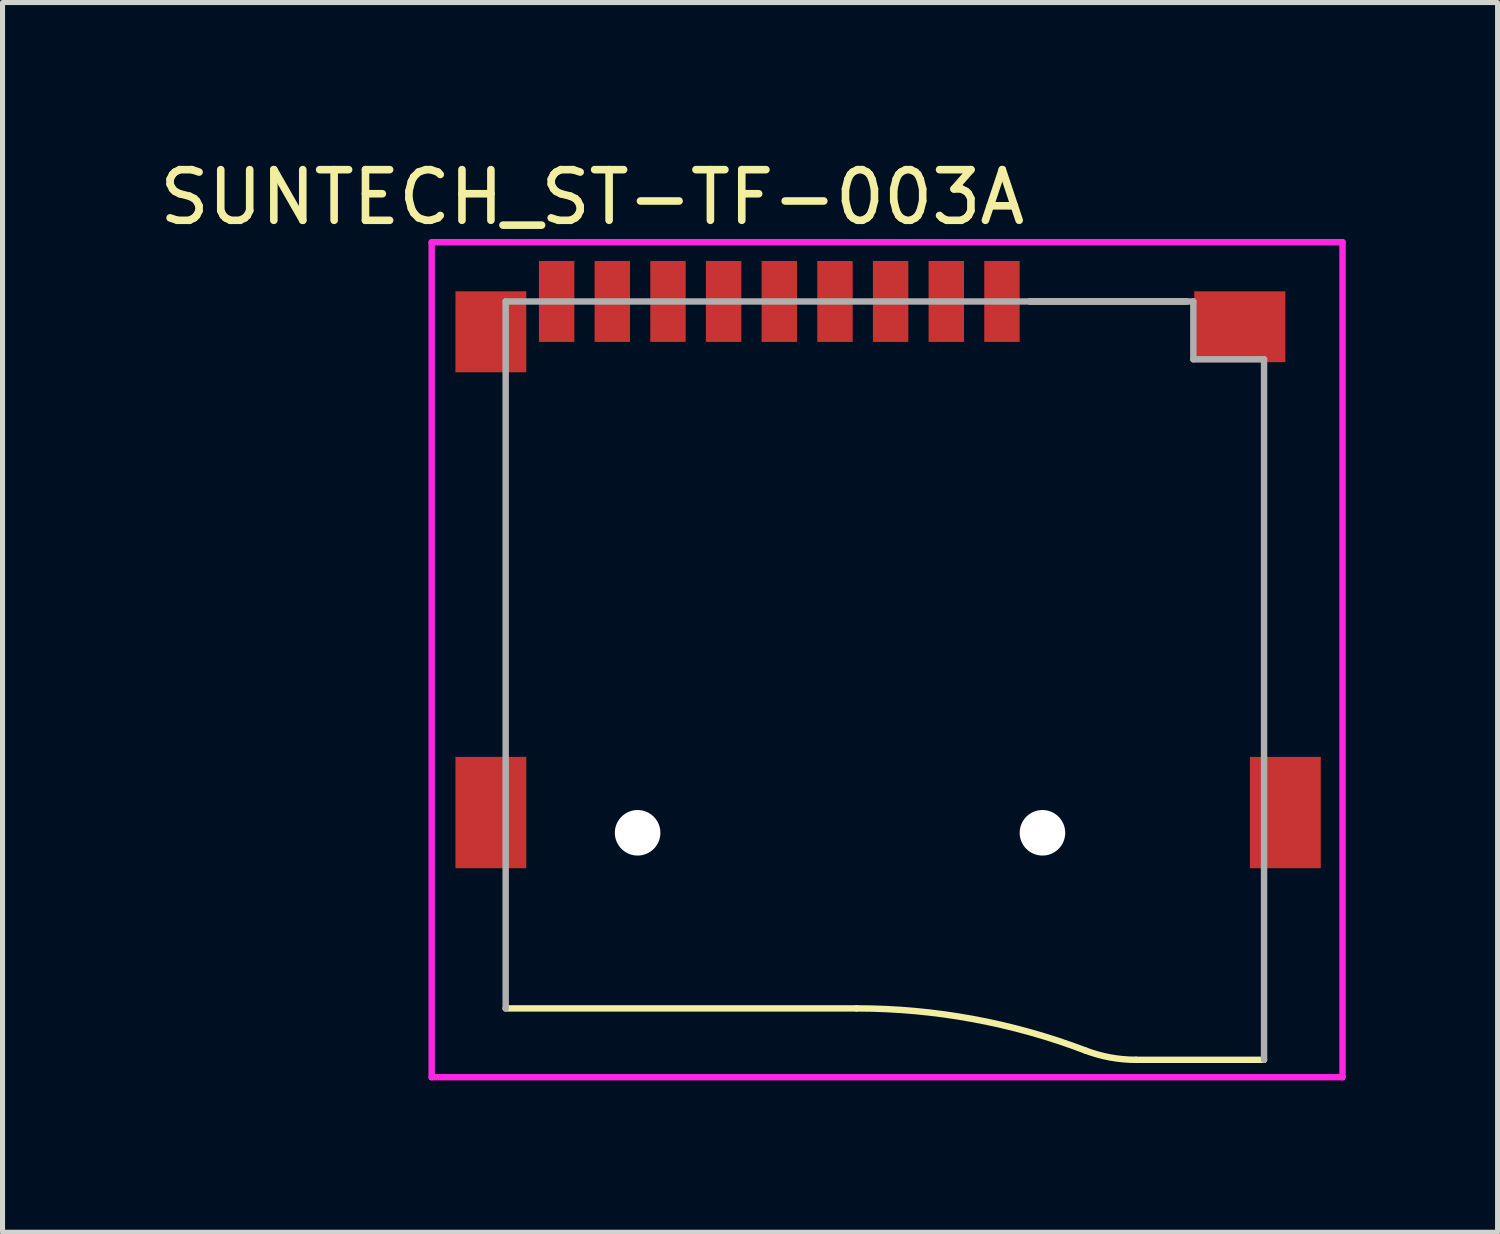
<source format=kicad_pcb>
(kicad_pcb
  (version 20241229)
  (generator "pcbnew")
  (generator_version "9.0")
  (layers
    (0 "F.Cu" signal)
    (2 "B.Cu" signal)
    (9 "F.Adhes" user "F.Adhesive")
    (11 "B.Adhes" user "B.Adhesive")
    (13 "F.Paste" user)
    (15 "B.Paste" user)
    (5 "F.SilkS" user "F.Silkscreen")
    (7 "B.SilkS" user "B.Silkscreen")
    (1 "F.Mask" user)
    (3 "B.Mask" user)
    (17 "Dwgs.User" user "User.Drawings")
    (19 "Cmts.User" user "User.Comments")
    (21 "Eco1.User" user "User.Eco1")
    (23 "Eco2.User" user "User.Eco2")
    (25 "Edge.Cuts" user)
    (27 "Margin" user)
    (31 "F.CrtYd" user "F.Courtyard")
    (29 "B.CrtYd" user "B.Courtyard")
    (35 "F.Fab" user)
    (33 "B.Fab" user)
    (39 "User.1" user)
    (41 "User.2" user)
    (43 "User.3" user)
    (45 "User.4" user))
  (footprint "SUNTECH_ST-TF-003A"
    (layer "F.Cu")
    (at 13.23 8.237)
    (property "Reference" "SUNTECH_ST-TF-003A" (at -4.577 -7.389 0) (layer "F.SilkS") (effects (font (size 1.001 1.001) (thickness 0.15))))
    (attr smd)
    (fp_line (start 0.647 8.64) (end -6.287 8.64) (stroke (width 0.127) (type solid)) (layer "F.SilkS"))
    (fp_line (start 7.17 -5.33) (end 4.07 -5.33) (stroke (width 0.127) (type solid)) (layer "F.SilkS"))
    (fp_line (start 8.699 9.656) (end 6.168 9.656) (stroke (width 0.127) (type solid)) (layer "F.SilkS"))
    (fp_arc (start 0.6469 8.64) (mid 2.945408 8.849734) (end 5.168 9.472) (stroke (width 0.127) (type solid)) (layer "F.SilkS"))
    (fp_arc (start 6.1679 9.656) (mid 5.659555 9.609621) (end 5.168 9.472) (stroke (width 0.127) (type solid)) (layer "F.SilkS"))
    (fp_line (start -7.75 -6.5) (end 10.25 -6.5) (stroke (width 0.127) (type solid)) (layer "F.CrtYd"))
    (fp_line (start -7.75 10) (end -7.75 -6.5) (stroke (width 0.127) (type solid)) (layer "F.CrtYd"))
    (fp_line (start 10.25 -6.5) (end 10.25 10) (stroke (width 0.127) (type solid)) (layer "F.CrtYd"))
    (fp_line (start 10.25 10) (end -7.75 10) (stroke (width 0.127) (type solid)) (layer "F.CrtYd"))
    (fp_line (start -6.287 -5.33) (end 7.302 -5.33) (stroke (width 0.127) (type solid)) (layer "F.Fab"))
    (fp_line (start -6.287 8.64) (end -6.287 -5.33) (stroke (width 0.127) (type solid)) (layer "F.Fab"))
    (fp_line (start 7.302 -5.33) (end 7.302 -4.187) (stroke (width 0.127) (type solid)) (layer "F.Fab"))
    (fp_line (start 7.302 -4.187) (end 8.699 -4.187) (stroke (width 0.127) (type solid)) (layer "F.Fab"))
    (fp_line (start 8.699 -4.187) (end 8.699 9.656) (stroke (width 0.127) (type solid)) (layer "F.Fab"))
    (pad "" np_thru_hole circle (at -3.68 5.17) (size 0.9 0.9) (drill 0.9) (layers "*.Cu" "*.Mask"))
    (pad "" np_thru_hole circle (at 4.32 5.17) (size 0.9 0.9) (drill 0.9) (layers "*.Cu" "*.Mask"))
    (pad "1" smd rect (at 3.52 -5.33) (size 0.7 1.6) (layers "F.Cu" "F.Mask" "F.Paste"))
    (pad "2" smd rect (at 2.42 -5.33) (size 0.7 1.6) (layers "F.Cu" "F.Mask" "F.Paste"))
    (pad "3" smd rect (at 1.32 -5.33) (size 0.7 1.6) (layers "F.Cu" "F.Mask" "F.Paste"))
    (pad "4" smd rect (at 0.22 -5.33) (size 0.7 1.6) (layers "F.Cu" "F.Mask" "F.Paste"))
    (pad "5" smd rect (at -0.88 -5.33) (size 0.7 1.6) (layers "F.Cu" "F.Mask" "F.Paste"))
    (pad "6" smd rect (at -1.98 -5.33) (size 0.7 1.6) (layers "F.Cu" "F.Mask" "F.Paste"))
    (pad "7" smd rect (at -3.08 -5.33) (size 0.7 1.6) (layers "F.Cu" "F.Mask" "F.Paste"))
    (pad "8" smd rect (at -4.18 -5.33) (size 0.7 1.6) (layers "F.Cu" "F.Mask" "F.Paste"))
    (pad "9" smd rect (at -5.28 -5.33) (size 0.7 1.6) (layers "F.Cu" "F.Mask" "F.Paste"))
    (pad "G1" smd rect (at -6.58 -4.73) (size 1.4 1.6) (layers "F.Cu" "F.Mask" "F.Paste"))
    (pad "G2" smd rect (at -6.58 4.77) (size 1.4 2.2) (layers "F.Cu" "F.Mask" "F.Paste"))
    (pad "G3" smd rect (at 9.12 4.77) (size 1.4 2.2) (layers "F.Cu" "F.Mask" "F.Paste"))
    (pad "G4" smd rect (at 8.22 -4.83) (size 1.8 1.4) (layers "F.Cu" "F.Mask" "F.Paste"))
    (zone (net_name "") (layer "F.Cu") (hatch full 0.508) (connect_pads) (min_thickness 0.01) (filled_areas_thickness no) (keepout (tracks not_allowed) (vias not_allowed) (pads not_allowed) (copperpour not_allowed) (footprints allowed)) (placement (enabled no)) (fill) (polygon (pts (xy 11.899 3.807) (xy 13.9 3.807) (xy 13.9 12.812) (xy 11.899 12.812)))))
  (gr_rect
    (start -3 -3)
    (end 26.544 21.301)
    (stroke (width 0.1) (type default))
    (fill no)
    (layer "Edge.Cuts")))
</source>
